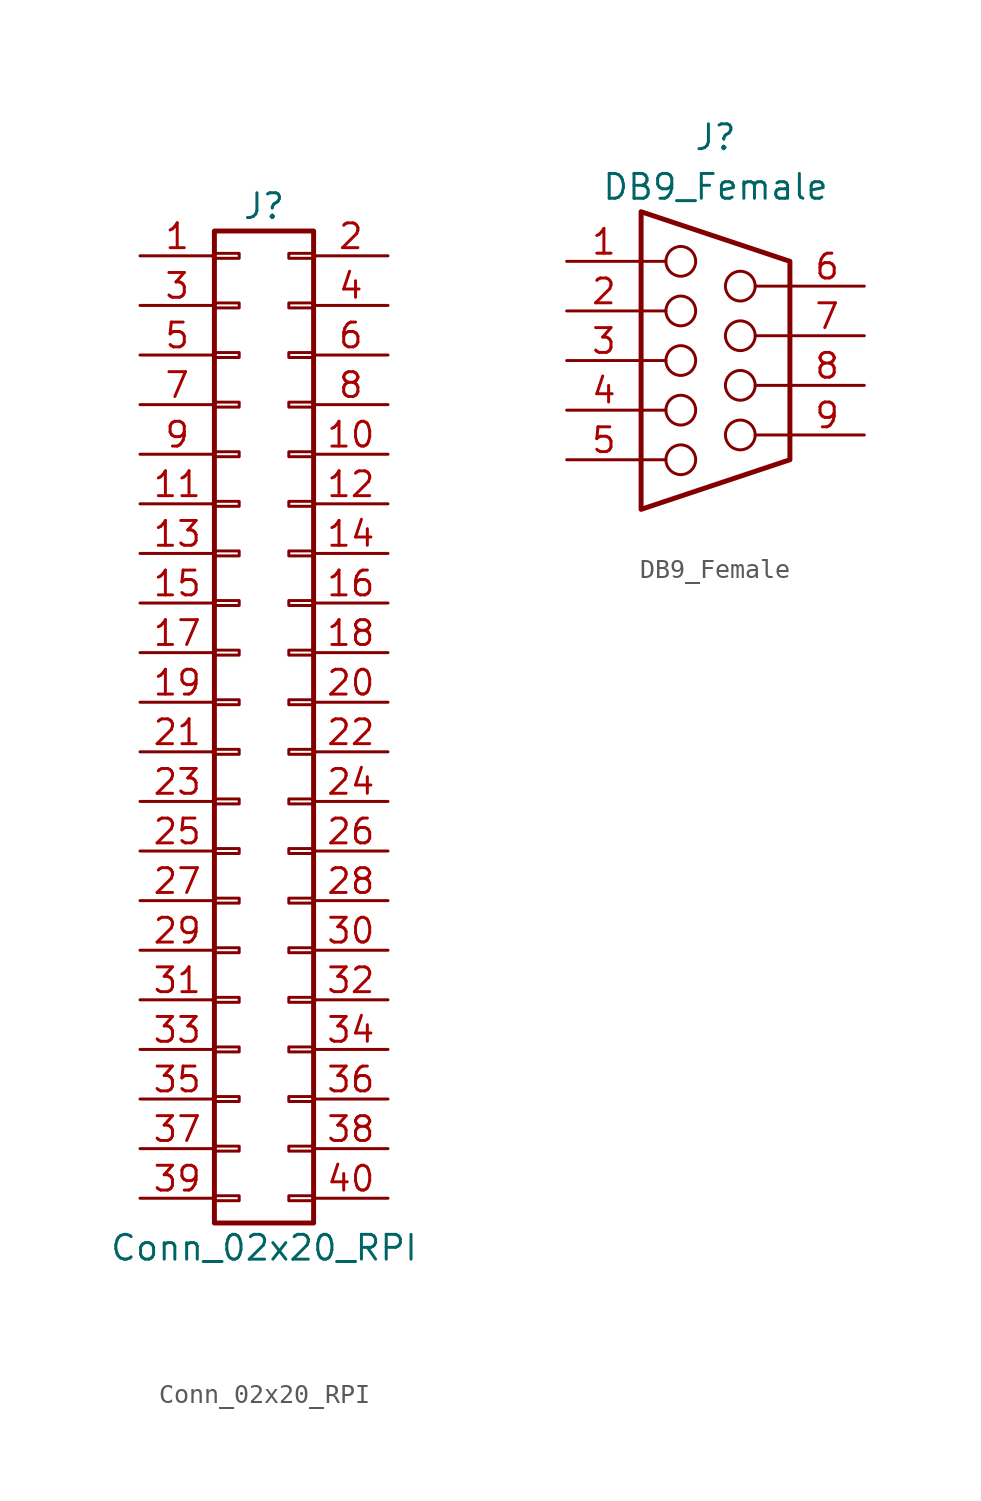
<source format=kicad_sym>
(kicad_symbol_lib
  (version 20220914)
  (generator kicad_symbol_editor)
  (symbol "Conn_02x20_RPI"
    (pin_names
      (offset 1.016) hide)
    (property "Reference" "J"
      (at 0 25.4 0)
      (effects (font (size 1.27 1.27))))
    (property "Value" "Conn_02x20_RPI"
      (at 0 -27.94 0)
      (effects (font (size 1.27 1.27))))
    (symbol "Conn_02x20_RPI_1_1"
      (rectangle (start -2.54 -25.273) (end -1.27 -25.527) (stroke (width 0.152) (type default)) (fill (type none)))
      (rectangle (start -2.54 -22.733) (end -1.27 -22.987) (stroke (width 0.152) (type default)) (fill (type none)))
      (rectangle (start -2.54 -20.193) (end -1.27 -20.447) (stroke (width 0.152) (type default)) (fill (type none)))
      (rectangle (start -2.54 -17.653) (end -1.27 -17.907) (stroke (width 0.152) (type default)) (fill (type none)))
      (rectangle (start -2.54 -15.113) (end -1.27 -15.367) (stroke (width 0.152) (type default)) (fill (type none)))
      (rectangle (start -2.54 -12.573) (end -1.27 -12.827) (stroke (width 0.152) (type default)) (fill (type none)))
      (rectangle (start -2.54 -10.033) (end -1.27 -10.287) (stroke (width 0.152) (type default)) (fill (type none)))
      (rectangle (start -2.54 -7.493) (end -1.27 -7.747) (stroke (width 0.152) (type default)) (fill (type none)))
      (rectangle (start -2.54 -4.953) (end -1.27 -5.207) (stroke (width 0.152) (type default)) (fill (type none)))
      (rectangle (start -2.54 -2.413) (end -1.27 -2.667) (stroke (width 0.152) (type default)) (fill (type none)))
      (rectangle (start -2.54 0.127) (end -1.27 -0.127) (stroke (width 0.152) (type default)) (fill (type none)))
      (rectangle (start -2.54 2.667) (end -1.27 2.413) (stroke (width 0.152) (type default)) (fill (type none)))
      (rectangle (start -2.54 5.207) (end -1.27 4.953) (stroke (width 0.152) (type default)) (fill (type none)))
      (rectangle (start -2.54 7.747) (end -1.27 7.493) (stroke (width 0.152) (type default)) (fill (type none)))
      (rectangle (start -2.54 10.287) (end -1.27 10.033) (stroke (width 0.152) (type default)) (fill (type none)))
      (rectangle (start -2.54 12.827) (end -1.27 12.573) (stroke (width 0.152) (type default)) (fill (type none)))
      (rectangle (start -2.54 15.367) (end -1.27 15.113) (stroke (width 0.152) (type default)) (fill (type none)))
      (rectangle (start -2.54 17.907) (end -1.27 17.653) (stroke (width 0.152) (type default)) (fill (type none)))
      (rectangle (start -2.54 20.447) (end -1.27 20.193) (stroke (width 0.152) (type default)) (fill (type none)))
      (rectangle (start -2.54 22.987) (end -1.27 22.733) (stroke (width 0.152) (type default)) (fill (type none)))
      (rectangle (start -2.54 24.13) (end 2.54 -26.67) (stroke (width 0.254) (type default)) (fill (type none)))
      (rectangle (start 2.54 -25.273) (end 1.27 -25.527) (stroke (width 0.152) (type default)) (fill (type none)))
      (rectangle (start 2.54 -22.733) (end 1.27 -22.987) (stroke (width 0.152) (type default)) (fill (type none)))
      (rectangle (start 2.54 -20.193) (end 1.27 -20.447) (stroke (width 0.152) (type default)) (fill (type none)))
      (rectangle (start 2.54 -17.653) (end 1.27 -17.907) (stroke (width 0.152) (type default)) (fill (type none)))
      (rectangle (start 2.54 -15.113) (end 1.27 -15.367) (stroke (width 0.152) (type default)) (fill (type none)))
      (rectangle (start 2.54 -12.573) (end 1.27 -12.827) (stroke (width 0.152) (type default)) (fill (type none)))
      (rectangle (start 2.54 -10.033) (end 1.27 -10.287) (stroke (width 0.152) (type default)) (fill (type none)))
      (rectangle (start 2.54 -7.493) (end 1.27 -7.747) (stroke (width 0.152) (type default)) (fill (type none)))
      (rectangle (start 2.54 -4.953) (end 1.27 -5.207) (stroke (width 0.152) (type default)) (fill (type none)))
      (rectangle (start 2.54 -2.413) (end 1.27 -2.667) (stroke (width 0.152) (type default)) (fill (type none)))
      (rectangle (start 2.54 0.127) (end 1.27 -0.127) (stroke (width 0.152) (type default)) (fill (type none)))
      (rectangle (start 2.54 2.667) (end 1.27 2.413) (stroke (width 0.152) (type default)) (fill (type none)))
      (rectangle (start 2.54 5.207) (end 1.27 4.953) (stroke (width 0.152) (type default)) (fill (type none)))
      (rectangle (start 2.54 7.747) (end 1.27 7.493) (stroke (width 0.152) (type default)) (fill (type none)))
      (rectangle (start 2.54 10.287) (end 1.27 10.033) (stroke (width 0.152) (type default)) (fill (type none)))
      (rectangle (start 2.54 12.827) (end 1.27 12.573) (stroke (width 0.152) (type default)) (fill (type none)))
      (rectangle (start 2.54 15.367) (end 1.27 15.113) (stroke (width 0.152) (type default)) (fill (type none)))
      (rectangle (start 2.54 17.907) (end 1.27 17.653) (stroke (width 0.152) (type default)) (fill (type none)))
      (rectangle (start 2.54 20.447) (end 1.27 20.193) (stroke (width 0.152) (type default)) (fill (type none)))
      (rectangle (start 2.54 22.987) (end 1.27 22.733) (stroke (width 0.152) (type default)) (fill (type none)))
      (pin passive line (at -6.35 22.86 0) (length 3.81) (name "Pin_1" (effects (font (size 1.27 1.27)))) (number "1" (effects (font (size 1.27 1.27)))))
      (pin passive line (at 6.35 12.7 180) (length 3.81) (name "Pin_10" (effects (font (size 1.27 1.27)))) (number "10" (effects (font (size 1.27 1.27)))))
      (pin passive line (at -6.35 10.16 0) (length 3.81) (name "Pin_11" (effects (font (size 1.27 1.27)))) (number "11" (effects (font (size 1.27 1.27)))))
      (pin passive line (at 6.35 10.16 180) (length 3.81) (name "Pin_12" (effects (font (size 1.27 1.27)))) (number "12" (effects (font (size 1.27 1.27)))))
      (pin passive line (at -6.35 7.62 0) (length 3.81) (name "Pin_13" (effects (font (size 1.27 1.27)))) (number "13" (effects (font (size 1.27 1.27)))))
      (pin passive line (at 6.35 7.62 180) (length 3.81) (name "Pin_14" (effects (font (size 1.27 1.27)))) (number "14" (effects (font (size 1.27 1.27)))))
      (pin passive line (at -6.35 5.08 0) (length 3.81) (name "Pin_15" (effects (font (size 1.27 1.27)))) (number "15" (effects (font (size 1.27 1.27)))))
      (pin passive line (at 6.35 5.08 180) (length 3.81) (name "Pin_16" (effects (font (size 1.27 1.27)))) (number "16" (effects (font (size 1.27 1.27)))))
      (pin passive line (at -6.35 2.54 0) (length 3.81) (name "Pin_17" (effects (font (size 1.27 1.27)))) (number "17" (effects (font (size 1.27 1.27)))))
      (pin passive line (at 6.35 2.54 180) (length 3.81) (name "Pin_18" (effects (font (size 1.27 1.27)))) (number "18" (effects (font (size 1.27 1.27)))))
      (pin passive line (at -6.35 0 0) (length 3.81) (name "Pin_19" (effects (font (size 1.27 1.27)))) (number "19" (effects (font (size 1.27 1.27)))))
      (pin passive line (at 6.35 22.86 180) (length 3.81) (name "Pin_2" (effects (font (size 1.27 1.27)))) (number "2" (effects (font (size 1.27 1.27)))))
      (pin passive line (at 6.35 0 180) (length 3.81) (name "Pin_20" (effects (font (size 1.27 1.27)))) (number "20" (effects (font (size 1.27 1.27)))))
      (pin passive line (at -6.35 -2.54 0) (length 3.81) (name "Pin_21" (effects (font (size 1.27 1.27)))) (number "21" (effects (font (size 1.27 1.27)))))
      (pin passive line (at 6.35 -2.54 180) (length 3.81) (name "Pin_22" (effects (font (size 1.27 1.27)))) (number "22" (effects (font (size 1.27 1.27)))))
      (pin passive line (at -6.35 -5.08 0) (length 3.81) (name "Pin_23" (effects (font (size 1.27 1.27)))) (number "23" (effects (font (size 1.27 1.27)))))
      (pin passive line (at 6.35 -5.08 180) (length 3.81) (name "Pin_24" (effects (font (size 1.27 1.27)))) (number "24" (effects (font (size 1.27 1.27)))))
      (pin passive line (at -6.35 -7.62 0) (length 3.81) (name "Pin_25" (effects (font (size 1.27 1.27)))) (number "25" (effects (font (size 1.27 1.27)))))
      (pin passive line (at 6.35 -7.62 180) (length 3.81) (name "Pin_26" (effects (font (size 1.27 1.27)))) (number "26" (effects (font (size 1.27 1.27)))))
      (pin passive line (at -6.35 -10.16 0) (length 3.81) (name "Pin_27" (effects (font (size 1.27 1.27)))) (number "27" (effects (font (size 1.27 1.27)))))
      (pin passive line (at 6.35 -10.16 180) (length 3.81) (name "Pin_28" (effects (font (size 1.27 1.27)))) (number "28" (effects (font (size 1.27 1.27)))))
      (pin passive line (at -6.35 -12.7 0) (length 3.81) (name "Pin_29" (effects (font (size 1.27 1.27)))) (number "29" (effects (font (size 1.27 1.27)))))
      (pin passive line (at -6.35 20.32 0) (length 3.81) (name "Pin_3" (effects (font (size 1.27 1.27)))) (number "3" (effects (font (size 1.27 1.27)))))
      (pin passive line (at 6.35 -12.7 180) (length 3.81) (name "Pin_30" (effects (font (size 1.27 1.27)))) (number "30" (effects (font (size 1.27 1.27)))))
      (pin passive line (at -6.35 -15.24 0) (length 3.81) (name "Pin_31" (effects (font (size 1.27 1.27)))) (number "31" (effects (font (size 1.27 1.27)))))
      (pin passive line (at 6.35 -15.24 180) (length 3.81) (name "Pin_32" (effects (font (size 1.27 1.27)))) (number "32" (effects (font (size 1.27 1.27)))))
      (pin passive line (at -6.35 -17.78 0) (length 3.81) (name "Pin_33" (effects (font (size 1.27 1.27)))) (number "33" (effects (font (size 1.27 1.27)))))
      (pin passive line (at 6.35 -17.78 180) (length 3.81) (name "Pin_34" (effects (font (size 1.27 1.27)))) (number "34" (effects (font (size 1.27 1.27)))))
      (pin passive line (at -6.35 -20.32 0) (length 3.81) (name "Pin_35" (effects (font (size 1.27 1.27)))) (number "35" (effects (font (size 1.27 1.27)))))
      (pin passive line (at 6.35 -20.32 180) (length 3.81) (name "Pin_36" (effects (font (size 1.27 1.27)))) (number "36" (effects (font (size 1.27 1.27)))))
      (pin passive line (at -6.35 -22.86 0) (length 3.81) (name "Pin_37" (effects (font (size 1.27 1.27)))) (number "37" (effects (font (size 1.27 1.27)))))
      (pin passive line (at 6.35 -22.86 180) (length 3.81) (name "Pin_38" (effects (font (size 1.27 1.27)))) (number "38" (effects (font (size 1.27 1.27)))))
      (pin passive line (at -6.35 -25.4 0) (length 3.81) (name "Pin_39" (effects (font (size 1.27 1.27)))) (number "39" (effects (font (size 1.27 1.27)))))
      (pin passive line (at 6.35 20.32 180) (length 3.81) (name "Pin_4" (effects (font (size 1.27 1.27)))) (number "4" (effects (font (size 1.27 1.27)))))
      (pin passive line (at 6.35 -25.4 180) (length 3.81) (name "Pin_40" (effects (font (size 1.27 1.27)))) (number "40" (effects (font (size 1.27 1.27)))))
      (pin passive line (at -6.35 17.78 0) (length 3.81) (name "Pin_5" (effects (font (size 1.27 1.27)))) (number "5" (effects (font (size 1.27 1.27)))))
      (pin passive line (at 6.35 17.78 180) (length 3.81) (name "Pin_6" (effects (font (size 1.27 1.27)))) (number "6" (effects (font (size 1.27 1.27)))))
      (pin passive line (at -6.35 15.24 0) (length 3.81) (name "Pin_7" (effects (font (size 1.27 1.27)))) (number "7" (effects (font (size 1.27 1.27)))))
      (pin passive line (at 6.35 15.24 180) (length 3.81) (name "Pin_8" (effects (font (size 1.27 1.27)))) (number "8" (effects (font (size 1.27 1.27)))))
      (pin passive line (at -6.35 12.7 0) (length 3.81) (name "Pin_9" (effects (font (size 1.27 1.27)))) (number "9" (effects (font (size 1.27 1.27)))))))
  (symbol "DB9_Female"
    (pin_names
      (offset 1.016) hide)
    (property "Reference" "J"
      (at 0 11.43 0)
      (effects (font (size 1.27 1.27))))
    (property "Value" "DB9_Female"
      (at 0 8.89 0)
      (effects (font (size 1.27 1.27))))
    (symbol "DB9_Female_0_1"
      (circle (center -1.778 -5.08) (radius 0.762) (stroke (width 0) (type default)) (fill (type none)))
      (circle (center -1.778 -2.54) (radius 0.762) (stroke (width 0) (type default)) (fill (type none)))
      (circle (center -1.778 0) (radius 0.762) (stroke (width 0) (type default)) (fill (type none)))
      (circle (center -1.778 2.54) (radius 0.762) (stroke (width 0) (type default)) (fill (type none)))
      (circle (center -1.778 5.08) (radius 0.762) (stroke (width 0) (type default)) (fill (type none)))
      (polyline (pts (xy -3.81 -5.08) (xy -2.54 -5.08)) (stroke (width 0) (type default)) (fill (type none)))
      (polyline (pts (xy -3.81 -2.54) (xy -2.54 -2.54)) (stroke (width 0) (type default)) (fill (type none)))
      (polyline (pts (xy -3.81 0) (xy -2.54 0)) (stroke (width 0) (type default)) (fill (type none)))
      (polyline (pts (xy -3.81 2.54) (xy -2.54 2.54)) (stroke (width 0) (type default)) (fill (type none)))
      (polyline (pts (xy -3.81 5.08) (xy -2.54 5.08)) (stroke (width 0) (type default)) (fill (type none)))
      (polyline (pts (xy 2.032 -3.81) (xy 3.81 -3.81)) (stroke (width 0) (type default)) (fill (type none)))
      (polyline (pts (xy 2.032 -1.27) (xy 3.81 -1.27)) (stroke (width 0) (type default)) (fill (type none)))
      (polyline (pts (xy 2.032 1.27) (xy 3.81 1.27)) (stroke (width 0) (type default)) (fill (type none)))
      (polyline (pts (xy 2.032 3.81) (xy 3.81 3.81)) (stroke (width 0) (type default)) (fill (type none)))
      (circle (center 1.27 -3.81) (radius 0.762) (stroke (width 0) (type default)) (fill (type none)))
      (circle (center 1.27 -1.27) (radius 0.762) (stroke (width 0) (type default)) (fill (type none)))
      (circle (center 1.27 1.27) (radius 0.762) (stroke (width 0) (type default)) (fill (type none)))
      (circle (center 1.27 3.81) (radius 0.762) (stroke (width 0) (type default)) (fill (type none))))
    (symbol "DB9_Female_1_1"
      (polyline (pts (xy -3.81 7.62) (xy -3.81 -7.62) (xy 3.81 -5.08) (xy 3.81 5.08) (xy -3.81 7.62)) (stroke (width 0.254) (type default)) (fill (type none)))
      (pin passive line (at -7.62 5.08 0) (length 3.81) (name "1" (effects (font (size 1.27 1.27)))) (number "1" (effects (font (size 1.27 1.27)))))
      (pin passive line (at -7.62 2.54 0) (length 3.81) (name "2" (effects (font (size 1.27 1.27)))) (number "2" (effects (font (size 1.27 1.27)))))
      (pin passive line (at -7.62 0 0) (length 3.81) (name "3" (effects (font (size 1.27 1.27)))) (number "3" (effects (font (size 1.27 1.27)))))
      (pin passive line (at -7.62 -2.54 0) (length 3.81) (name "4" (effects (font (size 1.27 1.27)))) (number "4" (effects (font (size 1.27 1.27)))))
      (pin passive line (at -7.62 -5.08 0) (length 3.81) (name "5" (effects (font (size 1.27 1.27)))) (number "5" (effects (font (size 1.27 1.27)))))
      (pin passive line (at 7.62 3.81 180) (length 3.81) (name "6" (effects (font (size 1.27 1.27)))) (number "6" (effects (font (size 1.27 1.27)))))
      (pin passive line (at 7.62 1.27 180) (length 3.81) (name "7" (effects (font (size 1.27 1.27)))) (number "7" (effects (font (size 1.27 1.27)))))
      (pin passive line (at 7.62 -1.27 180) (length 3.81) (name "8" (effects (font (size 1.27 1.27)))) (number "8" (effects (font (size 1.27 1.27)))))
      (pin passive line (at 7.62 -3.81 180) (length 3.81) (name "9" (effects (font (size 1.27 1.27)))) (number "9" (effects (font (size 1.27 1.27))))))))
</source>
